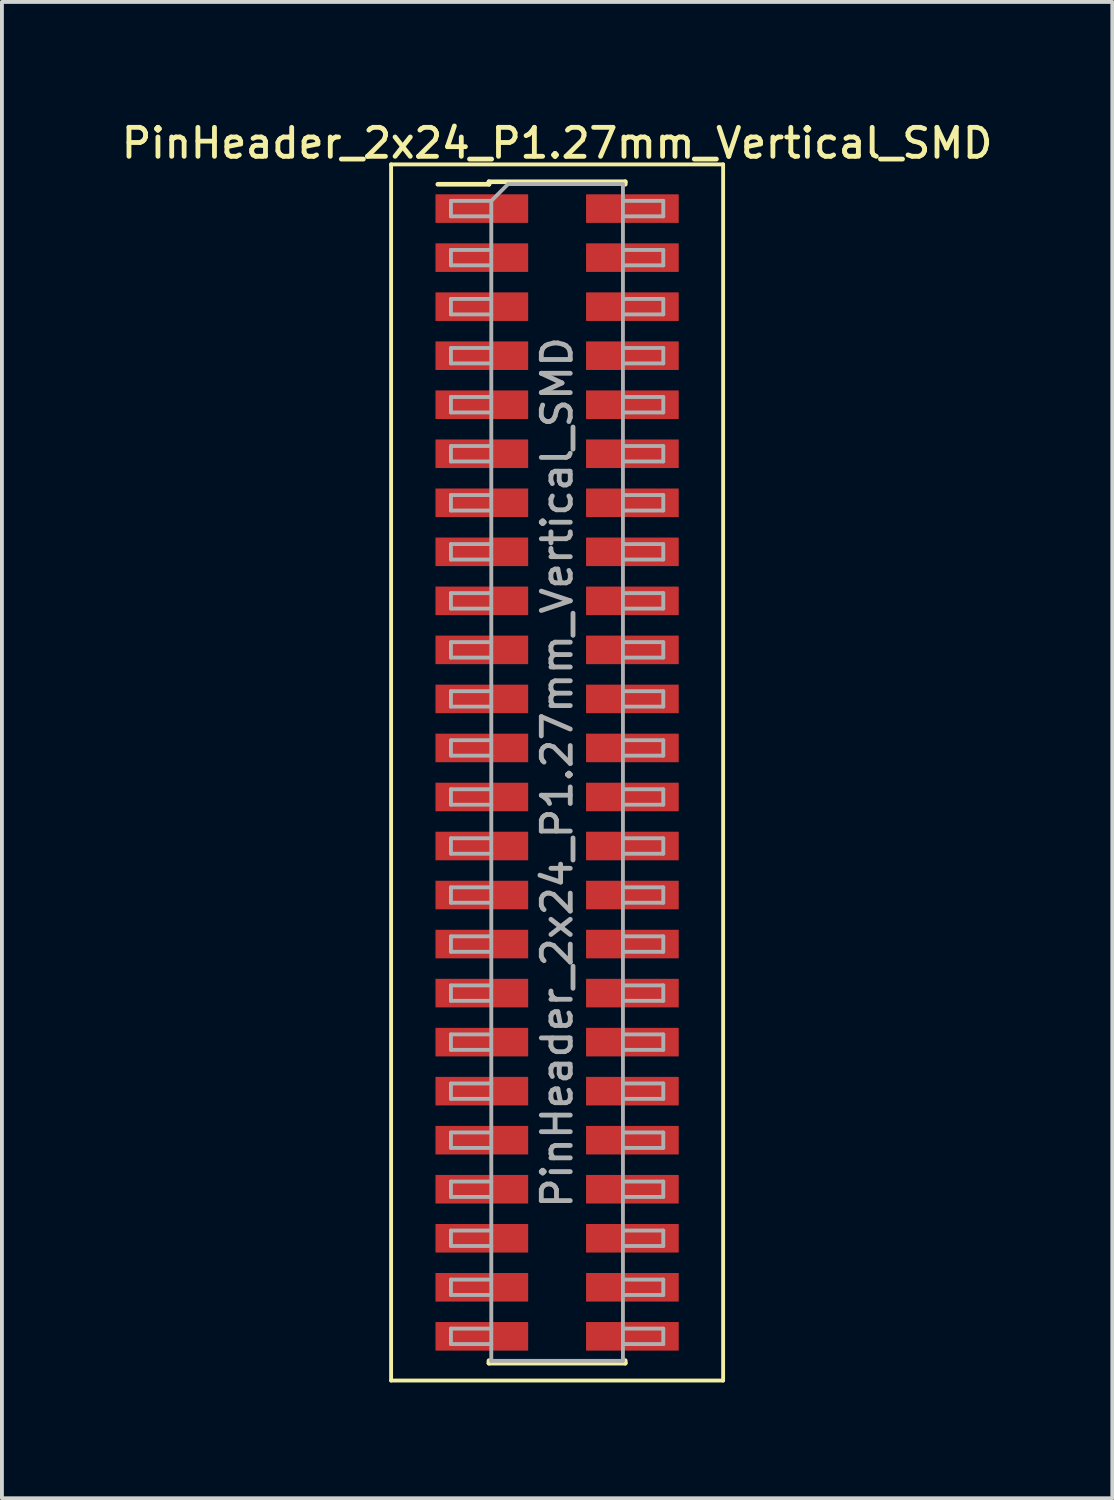
<source format=kicad_pcb>
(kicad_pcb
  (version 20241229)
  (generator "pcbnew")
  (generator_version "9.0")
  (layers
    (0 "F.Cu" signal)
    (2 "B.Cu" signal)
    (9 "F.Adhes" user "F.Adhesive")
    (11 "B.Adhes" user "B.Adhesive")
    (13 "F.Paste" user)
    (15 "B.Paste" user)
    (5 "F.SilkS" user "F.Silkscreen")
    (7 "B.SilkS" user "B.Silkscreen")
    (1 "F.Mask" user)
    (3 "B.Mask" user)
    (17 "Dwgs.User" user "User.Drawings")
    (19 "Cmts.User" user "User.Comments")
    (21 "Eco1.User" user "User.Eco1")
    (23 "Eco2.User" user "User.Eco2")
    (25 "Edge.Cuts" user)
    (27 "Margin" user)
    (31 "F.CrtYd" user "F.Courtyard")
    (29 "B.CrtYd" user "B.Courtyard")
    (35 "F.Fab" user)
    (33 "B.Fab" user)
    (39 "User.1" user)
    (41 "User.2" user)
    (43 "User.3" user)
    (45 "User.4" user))
  (footprint "PinHeader_2x24_P1.27mm_Vertical_SMD"
    (layer "F.Cu")
    (at 11.38 16.958)
    (property "Reference" "PinHeader_2x24_P1.27mm_Vertical_SMD" (at 0 -16.3 0) (layer "F.SilkS") (effects (font (size 0.75 0.75) (thickness 0.125))))
    (attr smd)
    (fp_line (start -4.3 -15.75) (end -4.3 15.75) (stroke (width 0.1) (type solid)) (layer "F.SilkS"))
    (fp_line (start -4.3 15.75) (end 4.3 15.75) (stroke (width 0.1) (type solid)) (layer "F.SilkS"))
    (fp_line (start -3.09 -15.235) (end -1.765 -15.235) (stroke (width 0.12) (type solid)) (layer "F.SilkS"))
    (fp_line (start -1.765 -15.3) (end -1.765 -15.235) (stroke (width 0.12) (type solid)) (layer "F.SilkS"))
    (fp_line (start -1.765 -15.3) (end 1.765 -15.3) (stroke (width 0.12) (type solid)) (layer "F.SilkS"))
    (fp_line (start -1.765 15.235) (end -1.765 15.3) (stroke (width 0.12) (type solid)) (layer "F.SilkS"))
    (fp_line (start -1.765 15.3) (end 1.765 15.3) (stroke (width 0.12) (type solid)) (layer "F.SilkS"))
    (fp_line (start 1.765 -15.3) (end 1.765 -15.235) (stroke (width 0.12) (type solid)) (layer "F.SilkS"))
    (fp_line (start 1.765 15.235) (end 1.765 15.3) (stroke (width 0.12) (type solid)) (layer "F.SilkS"))
    (fp_line (start 4.3 -15.75) (end -4.3 -15.75) (stroke (width 0.1) (type solid)) (layer "F.SilkS"))
    (fp_line (start 4.3 15.75) (end 4.3 -15.75) (stroke (width 0.1) (type solid)) (layer "F.SilkS"))
    (fp_line (start -2.75 -14.805) (end -2.75 -14.405) (stroke (width 0.1) (type solid)) (layer "F.Fab"))
    (fp_line (start -2.75 -14.405) (end -1.705 -14.405) (stroke (width 0.1) (type solid)) (layer "F.Fab"))
    (fp_line (start -2.75 -13.535) (end -2.75 -13.135) (stroke (width 0.1) (type solid)) (layer "F.Fab"))
    (fp_line (start -2.75 -13.135) (end -1.705 -13.135) (stroke (width 0.1) (type solid)) (layer "F.Fab"))
    (fp_line (start -2.75 -12.265) (end -2.75 -11.865) (stroke (width 0.1) (type solid)) (layer "F.Fab"))
    (fp_line (start -2.75 -11.865) (end -1.705 -11.865) (stroke (width 0.1) (type solid)) (layer "F.Fab"))
    (fp_line (start -2.75 -10.995) (end -2.75 -10.595) (stroke (width 0.1) (type solid)) (layer "F.Fab"))
    (fp_line (start -2.75 -10.595) (end -1.705 -10.595) (stroke (width 0.1) (type solid)) (layer "F.Fab"))
    (fp_line (start -2.75 -9.725) (end -2.75 -9.325) (stroke (width 0.1) (type solid)) (layer "F.Fab"))
    (fp_line (start -2.75 -9.325) (end -1.705 -9.325) (stroke (width 0.1) (type solid)) (layer "F.Fab"))
    (fp_line (start -2.75 -8.455) (end -2.75 -8.055) (stroke (width 0.1) (type solid)) (layer "F.Fab"))
    (fp_line (start -2.75 -8.055) (end -1.705 -8.055) (stroke (width 0.1) (type solid)) (layer "F.Fab"))
    (fp_line (start -2.75 -7.185) (end -2.75 -6.785) (stroke (width 0.1) (type solid)) (layer "F.Fab"))
    (fp_line (start -2.75 -6.785) (end -1.705 -6.785) (stroke (width 0.1) (type solid)) (layer "F.Fab"))
    (fp_line (start -2.75 -5.915) (end -2.75 -5.515) (stroke (width 0.1) (type solid)) (layer "F.Fab"))
    (fp_line (start -2.75 -5.515) (end -1.705 -5.515) (stroke (width 0.1) (type solid)) (layer "F.Fab"))
    (fp_line (start -2.75 -4.645) (end -2.75 -4.245) (stroke (width 0.1) (type solid)) (layer "F.Fab"))
    (fp_line (start -2.75 -4.245) (end -1.705 -4.245) (stroke (width 0.1) (type solid)) (layer "F.Fab"))
    (fp_line (start -2.75 -3.375) (end -2.75 -2.975) (stroke (width 0.1) (type solid)) (layer "F.Fab"))
    (fp_line (start -2.75 -2.975) (end -1.705 -2.975) (stroke (width 0.1) (type solid)) (layer "F.Fab"))
    (fp_line (start -2.75 -2.105) (end -2.75 -1.705) (stroke (width 0.1) (type solid)) (layer "F.Fab"))
    (fp_line (start -2.75 -1.705) (end -1.705 -1.705) (stroke (width 0.1) (type solid)) (layer "F.Fab"))
    (fp_line (start -2.75 -0.835) (end -2.75 -0.435) (stroke (width 0.1) (type solid)) (layer "F.Fab"))
    (fp_line (start -2.75 -0.435) (end -1.705 -0.435) (stroke (width 0.1) (type solid)) (layer "F.Fab"))
    (fp_line (start -2.75 0.435) (end -2.75 0.835) (stroke (width 0.1) (type solid)) (layer "F.Fab"))
    (fp_line (start -2.75 0.835) (end -1.705 0.835) (stroke (width 0.1) (type solid)) (layer "F.Fab"))
    (fp_line (start -2.75 1.705) (end -2.75 2.105) (stroke (width 0.1) (type solid)) (layer "F.Fab"))
    (fp_line (start -2.75 2.105) (end -1.705 2.105) (stroke (width 0.1) (type solid)) (layer "F.Fab"))
    (fp_line (start -2.75 2.975) (end -2.75 3.375) (stroke (width 0.1) (type solid)) (layer "F.Fab"))
    (fp_line (start -2.75 3.375) (end -1.705 3.375) (stroke (width 0.1) (type solid)) (layer "F.Fab"))
    (fp_line (start -2.75 4.245) (end -2.75 4.645) (stroke (width 0.1) (type solid)) (layer "F.Fab"))
    (fp_line (start -2.75 4.645) (end -1.705 4.645) (stroke (width 0.1) (type solid)) (layer "F.Fab"))
    (fp_line (start -2.75 5.515) (end -2.75 5.915) (stroke (width 0.1) (type solid)) (layer "F.Fab"))
    (fp_line (start -2.75 5.915) (end -1.705 5.915) (stroke (width 0.1) (type solid)) (layer "F.Fab"))
    (fp_line (start -2.75 6.785) (end -2.75 7.185) (stroke (width 0.1) (type solid)) (layer "F.Fab"))
    (fp_line (start -2.75 7.185) (end -1.705 7.185) (stroke (width 0.1) (type solid)) (layer "F.Fab"))
    (fp_line (start -2.75 8.055) (end -2.75 8.455) (stroke (width 0.1) (type solid)) (layer "F.Fab"))
    (fp_line (start -2.75 8.455) (end -1.705 8.455) (stroke (width 0.1) (type solid)) (layer "F.Fab"))
    (fp_line (start -2.75 9.325) (end -2.75 9.725) (stroke (width 0.1) (type solid)) (layer "F.Fab"))
    (fp_line (start -2.75 9.725) (end -1.705 9.725) (stroke (width 0.1) (type solid)) (layer "F.Fab"))
    (fp_line (start -2.75 10.595) (end -2.75 10.995) (stroke (width 0.1) (type solid)) (layer "F.Fab"))
    (fp_line (start -2.75 10.995) (end -1.705 10.995) (stroke (width 0.1) (type solid)) (layer "F.Fab"))
    (fp_line (start -2.75 11.865) (end -2.75 12.265) (stroke (width 0.1) (type solid)) (layer "F.Fab"))
    (fp_line (start -2.75 12.265) (end -1.705 12.265) (stroke (width 0.1) (type solid)) (layer "F.Fab"))
    (fp_line (start -2.75 13.135) (end -2.75 13.535) (stroke (width 0.1) (type solid)) (layer "F.Fab"))
    (fp_line (start -2.75 13.535) (end -1.705 13.535) (stroke (width 0.1) (type solid)) (layer "F.Fab"))
    (fp_line (start -2.75 14.405) (end -2.75 14.805) (stroke (width 0.1) (type solid)) (layer "F.Fab"))
    (fp_line (start -2.75 14.805) (end -1.705 14.805) (stroke (width 0.1) (type solid)) (layer "F.Fab"))
    (fp_line (start -1.705 -14.805) (end -2.75 -14.805) (stroke (width 0.1) (type solid)) (layer "F.Fab"))
    (fp_line (start -1.705 -14.805) (end -1.27 -15.24) (stroke (width 0.1) (type solid)) (layer "F.Fab"))
    (fp_line (start -1.705 -13.535) (end -2.75 -13.535) (stroke (width 0.1) (type solid)) (layer "F.Fab"))
    (fp_line (start -1.705 -12.265) (end -2.75 -12.265) (stroke (width 0.1) (type solid)) (layer "F.Fab"))
    (fp_line (start -1.705 -10.995) (end -2.75 -10.995) (stroke (width 0.1) (type solid)) (layer "F.Fab"))
    (fp_line (start -1.705 -9.725) (end -2.75 -9.725) (stroke (width 0.1) (type solid)) (layer "F.Fab"))
    (fp_line (start -1.705 -8.455) (end -2.75 -8.455) (stroke (width 0.1) (type solid)) (layer "F.Fab"))
    (fp_line (start -1.705 -7.185) (end -2.75 -7.185) (stroke (width 0.1) (type solid)) (layer "F.Fab"))
    (fp_line (start -1.705 -5.915) (end -2.75 -5.915) (stroke (width 0.1) (type solid)) (layer "F.Fab"))
    (fp_line (start -1.705 -4.645) (end -2.75 -4.645) (stroke (width 0.1) (type solid)) (layer "F.Fab"))
    (fp_line (start -1.705 -3.375) (end -2.75 -3.375) (stroke (width 0.1) (type solid)) (layer "F.Fab"))
    (fp_line (start -1.705 -2.105) (end -2.75 -2.105) (stroke (width 0.1) (type solid)) (layer "F.Fab"))
    (fp_line (start -1.705 -0.835) (end -2.75 -0.835) (stroke (width 0.1) (type solid)) (layer "F.Fab"))
    (fp_line (start -1.705 0.435) (end -2.75 0.435) (stroke (width 0.1) (type solid)) (layer "F.Fab"))
    (fp_line (start -1.705 1.705) (end -2.75 1.705) (stroke (width 0.1) (type solid)) (layer "F.Fab"))
    (fp_line (start -1.705 2.975) (end -2.75 2.975) (stroke (width 0.1) (type solid)) (layer "F.Fab"))
    (fp_line (start -1.705 4.245) (end -2.75 4.245) (stroke (width 0.1) (type solid)) (layer "F.Fab"))
    (fp_line (start -1.705 5.515) (end -2.75 5.515) (stroke (width 0.1) (type solid)) (layer "F.Fab"))
    (fp_line (start -1.705 6.785) (end -2.75 6.785) (stroke (width 0.1) (type solid)) (layer "F.Fab"))
    (fp_line (start -1.705 8.055) (end -2.75 8.055) (stroke (width 0.1) (type solid)) (layer "F.Fab"))
    (fp_line (start -1.705 9.325) (end -2.75 9.325) (stroke (width 0.1) (type solid)) (layer "F.Fab"))
    (fp_line (start -1.705 10.595) (end -2.75 10.595) (stroke (width 0.1) (type solid)) (layer "F.Fab"))
    (fp_line (start -1.705 11.865) (end -2.75 11.865) (stroke (width 0.1) (type solid)) (layer "F.Fab"))
    (fp_line (start -1.705 13.135) (end -2.75 13.135) (stroke (width 0.1) (type solid)) (layer "F.Fab"))
    (fp_line (start -1.705 14.405) (end -2.75 14.405) (stroke (width 0.1) (type solid)) (layer "F.Fab"))
    (fp_line (start -1.705 15.24) (end -1.705 -14.805) (stroke (width 0.1) (type solid)) (layer "F.Fab"))
    (fp_line (start -1.27 -15.24) (end 1.705 -15.24) (stroke (width 0.1) (type solid)) (layer "F.Fab"))
    (fp_line (start 1.705 -15.24) (end 1.705 15.24) (stroke (width 0.1) (type solid)) (layer "F.Fab"))
    (fp_line (start 1.705 -14.805) (end 2.75 -14.805) (stroke (width 0.1) (type solid)) (layer "F.Fab"))
    (fp_line (start 1.705 -13.535) (end 2.75 -13.535) (stroke (width 0.1) (type solid)) (layer "F.Fab"))
    (fp_line (start 1.705 -12.265) (end 2.75 -12.265) (stroke (width 0.1) (type solid)) (layer "F.Fab"))
    (fp_line (start 1.705 -10.995) (end 2.75 -10.995) (stroke (width 0.1) (type solid)) (layer "F.Fab"))
    (fp_line (start 1.705 -9.725) (end 2.75 -9.725) (stroke (width 0.1) (type solid)) (layer "F.Fab"))
    (fp_line (start 1.705 -8.455) (end 2.75 -8.455) (stroke (width 0.1) (type solid)) (layer "F.Fab"))
    (fp_line (start 1.705 -7.185) (end 2.75 -7.185) (stroke (width 0.1) (type solid)) (layer "F.Fab"))
    (fp_line (start 1.705 -5.915) (end 2.75 -5.915) (stroke (width 0.1) (type solid)) (layer "F.Fab"))
    (fp_line (start 1.705 -4.645) (end 2.75 -4.645) (stroke (width 0.1) (type solid)) (layer "F.Fab"))
    (fp_line (start 1.705 -3.375) (end 2.75 -3.375) (stroke (width 0.1) (type solid)) (layer "F.Fab"))
    (fp_line (start 1.705 -2.105) (end 2.75 -2.105) (stroke (width 0.1) (type solid)) (layer "F.Fab"))
    (fp_line (start 1.705 -0.835) (end 2.75 -0.835) (stroke (width 0.1) (type solid)) (layer "F.Fab"))
    (fp_line (start 1.705 0.435) (end 2.75 0.435) (stroke (width 0.1) (type solid)) (layer "F.Fab"))
    (fp_line (start 1.705 1.705) (end 2.75 1.705) (stroke (width 0.1) (type solid)) (layer "F.Fab"))
    (fp_line (start 1.705 2.975) (end 2.75 2.975) (stroke (width 0.1) (type solid)) (layer "F.Fab"))
    (fp_line (start 1.705 4.245) (end 2.75 4.245) (stroke (width 0.1) (type solid)) (layer "F.Fab"))
    (fp_line (start 1.705 5.515) (end 2.75 5.515) (stroke (width 0.1) (type solid)) (layer "F.Fab"))
    (fp_line (start 1.705 6.785) (end 2.75 6.785) (stroke (width 0.1) (type solid)) (layer "F.Fab"))
    (fp_line (start 1.705 8.055) (end 2.75 8.055) (stroke (width 0.1) (type solid)) (layer "F.Fab"))
    (fp_line (start 1.705 9.325) (end 2.75 9.325) (stroke (width 0.1) (type solid)) (layer "F.Fab"))
    (fp_line (start 1.705 10.595) (end 2.75 10.595) (stroke (width 0.1) (type solid)) (layer "F.Fab"))
    (fp_line (start 1.705 11.865) (end 2.75 11.865) (stroke (width 0.1) (type solid)) (layer "F.Fab"))
    (fp_line (start 1.705 13.135) (end 2.75 13.135) (stroke (width 0.1) (type solid)) (layer "F.Fab"))
    (fp_line (start 1.705 14.405) (end 2.75 14.405) (stroke (width 0.1) (type solid)) (layer "F.Fab"))
    (fp_line (start 1.705 15.24) (end -1.705 15.24) (stroke (width 0.1) (type solid)) (layer "F.Fab"))
    (fp_line (start 2.75 -14.805) (end 2.75 -14.405) (stroke (width 0.1) (type solid)) (layer "F.Fab"))
    (fp_line (start 2.75 -14.405) (end 1.705 -14.405) (stroke (width 0.1) (type solid)) (layer "F.Fab"))
    (fp_line (start 2.75 -13.535) (end 2.75 -13.135) (stroke (width 0.1) (type solid)) (layer "F.Fab"))
    (fp_line (start 2.75 -13.135) (end 1.705 -13.135) (stroke (width 0.1) (type solid)) (layer "F.Fab"))
    (fp_line (start 2.75 -12.265) (end 2.75 -11.865) (stroke (width 0.1) (type solid)) (layer "F.Fab"))
    (fp_line (start 2.75 -11.865) (end 1.705 -11.865) (stroke (width 0.1) (type solid)) (layer "F.Fab"))
    (fp_line (start 2.75 -10.995) (end 2.75 -10.595) (stroke (width 0.1) (type solid)) (layer "F.Fab"))
    (fp_line (start 2.75 -10.595) (end 1.705 -10.595) (stroke (width 0.1) (type solid)) (layer "F.Fab"))
    (fp_line (start 2.75 -9.725) (end 2.75 -9.325) (stroke (width 0.1) (type solid)) (layer "F.Fab"))
    (fp_line (start 2.75 -9.325) (end 1.705 -9.325) (stroke (width 0.1) (type solid)) (layer "F.Fab"))
    (fp_line (start 2.75 -8.455) (end 2.75 -8.055) (stroke (width 0.1) (type solid)) (layer "F.Fab"))
    (fp_line (start 2.75 -8.055) (end 1.705 -8.055) (stroke (width 0.1) (type solid)) (layer "F.Fab"))
    (fp_line (start 2.75 -7.185) (end 2.75 -6.785) (stroke (width 0.1) (type solid)) (layer "F.Fab"))
    (fp_line (start 2.75 -6.785) (end 1.705 -6.785) (stroke (width 0.1) (type solid)) (layer "F.Fab"))
    (fp_line (start 2.75 -5.915) (end 2.75 -5.515) (stroke (width 0.1) (type solid)) (layer "F.Fab"))
    (fp_line (start 2.75 -5.515) (end 1.705 -5.515) (stroke (width 0.1) (type solid)) (layer "F.Fab"))
    (fp_line (start 2.75 -4.645) (end 2.75 -4.245) (stroke (width 0.1) (type solid)) (layer "F.Fab"))
    (fp_line (start 2.75 -4.245) (end 1.705 -4.245) (stroke (width 0.1) (type solid)) (layer "F.Fab"))
    (fp_line (start 2.75 -3.375) (end 2.75 -2.975) (stroke (width 0.1) (type solid)) (layer "F.Fab"))
    (fp_line (start 2.75 -2.975) (end 1.705 -2.975) (stroke (width 0.1) (type solid)) (layer "F.Fab"))
    (fp_line (start 2.75 -2.105) (end 2.75 -1.705) (stroke (width 0.1) (type solid)) (layer "F.Fab"))
    (fp_line (start 2.75 -1.705) (end 1.705 -1.705) (stroke (width 0.1) (type solid)) (layer "F.Fab"))
    (fp_line (start 2.75 -0.835) (end 2.75 -0.435) (stroke (width 0.1) (type solid)) (layer "F.Fab"))
    (fp_line (start 2.75 -0.435) (end 1.705 -0.435) (stroke (width 0.1) (type solid)) (layer "F.Fab"))
    (fp_line (start 2.75 0.435) (end 2.75 0.835) (stroke (width 0.1) (type solid)) (layer "F.Fab"))
    (fp_line (start 2.75 0.835) (end 1.705 0.835) (stroke (width 0.1) (type solid)) (layer "F.Fab"))
    (fp_line (start 2.75 1.705) (end 2.75 2.105) (stroke (width 0.1) (type solid)) (layer "F.Fab"))
    (fp_line (start 2.75 2.105) (end 1.705 2.105) (stroke (width 0.1) (type solid)) (layer "F.Fab"))
    (fp_line (start 2.75 2.975) (end 2.75 3.375) (stroke (width 0.1) (type solid)) (layer "F.Fab"))
    (fp_line (start 2.75 3.375) (end 1.705 3.375) (stroke (width 0.1) (type solid)) (layer "F.Fab"))
    (fp_line (start 2.75 4.245) (end 2.75 4.645) (stroke (width 0.1) (type solid)) (layer "F.Fab"))
    (fp_line (start 2.75 4.645) (end 1.705 4.645) (stroke (width 0.1) (type solid)) (layer "F.Fab"))
    (fp_line (start 2.75 5.515) (end 2.75 5.915) (stroke (width 0.1) (type solid)) (layer "F.Fab"))
    (fp_line (start 2.75 5.915) (end 1.705 5.915) (stroke (width 0.1) (type solid)) (layer "F.Fab"))
    (fp_line (start 2.75 6.785) (end 2.75 7.185) (stroke (width 0.1) (type solid)) (layer "F.Fab"))
    (fp_line (start 2.75 7.185) (end 1.705 7.185) (stroke (width 0.1) (type solid)) (layer "F.Fab"))
    (fp_line (start 2.75 8.055) (end 2.75 8.455) (stroke (width 0.1) (type solid)) (layer "F.Fab"))
    (fp_line (start 2.75 8.455) (end 1.705 8.455) (stroke (width 0.1) (type solid)) (layer "F.Fab"))
    (fp_line (start 2.75 9.325) (end 2.75 9.725) (stroke (width 0.1) (type solid)) (layer "F.Fab"))
    (fp_line (start 2.75 9.725) (end 1.705 9.725) (stroke (width 0.1) (type solid)) (layer "F.Fab"))
    (fp_line (start 2.75 10.595) (end 2.75 10.995) (stroke (width 0.1) (type solid)) (layer "F.Fab"))
    (fp_line (start 2.75 10.995) (end 1.705 10.995) (stroke (width 0.1) (type solid)) (layer "F.Fab"))
    (fp_line (start 2.75 11.865) (end 2.75 12.265) (stroke (width 0.1) (type solid)) (layer "F.Fab"))
    (fp_line (start 2.75 12.265) (end 1.705 12.265) (stroke (width 0.1) (type solid)) (layer "F.Fab"))
    (fp_line (start 2.75 13.135) (end 2.75 13.535) (stroke (width 0.1) (type solid)) (layer "F.Fab"))
    (fp_line (start 2.75 13.535) (end 1.705 13.535) (stroke (width 0.1) (type solid)) (layer "F.Fab"))
    (fp_line (start 2.75 14.405) (end 2.75 14.805) (stroke (width 0.1) (type solid)) (layer "F.Fab"))
    (fp_line (start 2.75 14.805) (end 1.705 14.805) (stroke (width 0.1) (type solid)) (layer "F.Fab"))
    (fp_text user "${REFERENCE}" (at 0 0 90) (layer "F.Fab") (effects (font (size 0.75 0.75) (thickness 0.125))))
    (pad "1" smd rect (at -1.95 -14.605) (size 2.4 0.74) (layers "F.Cu" "F.Mask" "F.Paste"))
    (pad "2" smd rect (at 1.95 -14.605) (size 2.4 0.74) (layers "F.Cu" "F.Mask" "F.Paste"))
    (pad "3" smd rect (at -1.95 -13.335) (size 2.4 0.74) (layers "F.Cu" "F.Mask" "F.Paste"))
    (pad "4" smd rect (at 1.95 -13.335) (size 2.4 0.74) (layers "F.Cu" "F.Mask" "F.Paste"))
    (pad "5" smd rect (at -1.95 -12.065) (size 2.4 0.74) (layers "F.Cu" "F.Mask" "F.Paste"))
    (pad "6" smd rect (at 1.95 -12.065) (size 2.4 0.74) (layers "F.Cu" "F.Mask" "F.Paste"))
    (pad "7" smd rect (at -1.95 -10.795) (size 2.4 0.74) (layers "F.Cu" "F.Mask" "F.Paste"))
    (pad "8" smd rect (at 1.95 -10.795) (size 2.4 0.74) (layers "F.Cu" "F.Mask" "F.Paste"))
    (pad "9" smd rect (at -1.95 -9.525) (size 2.4 0.74) (layers "F.Cu" "F.Mask" "F.Paste"))
    (pad "10" smd rect (at 1.95 -9.525) (size 2.4 0.74) (layers "F.Cu" "F.Mask" "F.Paste"))
    (pad "11" smd rect (at -1.95 -8.255) (size 2.4 0.74) (layers "F.Cu" "F.Mask" "F.Paste"))
    (pad "12" smd rect (at 1.95 -8.255) (size 2.4 0.74) (layers "F.Cu" "F.Mask" "F.Paste"))
    (pad "13" smd rect (at -1.95 -6.985) (size 2.4 0.74) (layers "F.Cu" "F.Mask" "F.Paste"))
    (pad "14" smd rect (at 1.95 -6.985) (size 2.4 0.74) (layers "F.Cu" "F.Mask" "F.Paste"))
    (pad "15" smd rect (at -1.95 -5.715) (size 2.4 0.74) (layers "F.Cu" "F.Mask" "F.Paste"))
    (pad "16" smd rect (at 1.95 -5.715) (size 2.4 0.74) (layers "F.Cu" "F.Mask" "F.Paste"))
    (pad "17" smd rect (at -1.95 -4.445) (size 2.4 0.74) (layers "F.Cu" "F.Mask" "F.Paste"))
    (pad "18" smd rect (at 1.95 -4.445) (size 2.4 0.74) (layers "F.Cu" "F.Mask" "F.Paste"))
    (pad "19" smd rect (at -1.95 -3.175) (size 2.4 0.74) (layers "F.Cu" "F.Mask" "F.Paste"))
    (pad "20" smd rect (at 1.95 -3.175) (size 2.4 0.74) (layers "F.Cu" "F.Mask" "F.Paste"))
    (pad "21" smd rect (at -1.95 -1.905) (size 2.4 0.74) (layers "F.Cu" "F.Mask" "F.Paste"))
    (pad "22" smd rect (at 1.95 -1.905) (size 2.4 0.74) (layers "F.Cu" "F.Mask" "F.Paste"))
    (pad "23" smd rect (at -1.95 -0.635) (size 2.4 0.74) (layers "F.Cu" "F.Mask" "F.Paste"))
    (pad "24" smd rect (at 1.95 -0.635) (size 2.4 0.74) (layers "F.Cu" "F.Mask" "F.Paste"))
    (pad "25" smd rect (at -1.95 0.635) (size 2.4 0.74) (layers "F.Cu" "F.Mask" "F.Paste"))
    (pad "26" smd rect (at 1.95 0.635) (size 2.4 0.74) (layers "F.Cu" "F.Mask" "F.Paste"))
    (pad "27" smd rect (at -1.95 1.905) (size 2.4 0.74) (layers "F.Cu" "F.Mask" "F.Paste"))
    (pad "28" smd rect (at 1.95 1.905) (size 2.4 0.74) (layers "F.Cu" "F.Mask" "F.Paste"))
    (pad "29" smd rect (at -1.95 3.175) (size 2.4 0.74) (layers "F.Cu" "F.Mask" "F.Paste"))
    (pad "30" smd rect (at 1.95 3.175) (size 2.4 0.74) (layers "F.Cu" "F.Mask" "F.Paste"))
    (pad "31" smd rect (at -1.95 4.445) (size 2.4 0.74) (layers "F.Cu" "F.Mask" "F.Paste"))
    (pad "32" smd rect (at 1.95 4.445) (size 2.4 0.74) (layers "F.Cu" "F.Mask" "F.Paste"))
    (pad "33" smd rect (at -1.95 5.715) (size 2.4 0.74) (layers "F.Cu" "F.Mask" "F.Paste"))
    (pad "34" smd rect (at 1.95 5.715) (size 2.4 0.74) (layers "F.Cu" "F.Mask" "F.Paste"))
    (pad "35" smd rect (at -1.95 6.985) (size 2.4 0.74) (layers "F.Cu" "F.Mask" "F.Paste"))
    (pad "36" smd rect (at 1.95 6.985) (size 2.4 0.74) (layers "F.Cu" "F.Mask" "F.Paste"))
    (pad "37" smd rect (at -1.95 8.255) (size 2.4 0.74) (layers "F.Cu" "F.Mask" "F.Paste"))
    (pad "38" smd rect (at 1.95 8.255) (size 2.4 0.74) (layers "F.Cu" "F.Mask" "F.Paste"))
    (pad "39" smd rect (at -1.95 9.525) (size 2.4 0.74) (layers "F.Cu" "F.Mask" "F.Paste"))
    (pad "40" smd rect (at 1.95 9.525) (size 2.4 0.74) (layers "F.Cu" "F.Mask" "F.Paste"))
    (pad "41" smd rect (at -1.95 10.795) (size 2.4 0.74) (layers "F.Cu" "F.Mask" "F.Paste"))
    (pad "42" smd rect (at 1.95 10.795) (size 2.4 0.74) (layers "F.Cu" "F.Mask" "F.Paste"))
    (pad "43" smd rect (at -1.95 12.065) (size 2.4 0.74) (layers "F.Cu" "F.Mask" "F.Paste"))
    (pad "44" smd rect (at 1.95 12.065) (size 2.4 0.74) (layers "F.Cu" "F.Mask" "F.Paste"))
    (pad "45" smd rect (at -1.95 13.335) (size 2.4 0.74) (layers "F.Cu" "F.Mask" "F.Paste"))
    (pad "46" smd rect (at 1.95 13.335) (size 2.4 0.74) (layers "F.Cu" "F.Mask" "F.Paste"))
    (pad "47" smd rect (at -1.95 14.605) (size 2.4 0.74) (layers "F.Cu" "F.Mask" "F.Paste"))
    (pad "48" smd rect (at 1.95 14.605) (size 2.4 0.74) (layers "F.Cu" "F.Mask" "F.Paste")))
  (gr_rect
    (start -3 -3)
    (end 25.761 35.758)
    (stroke (width 0.1) (type default))
    (fill no)
    (layer "Edge.Cuts")))
</source>
